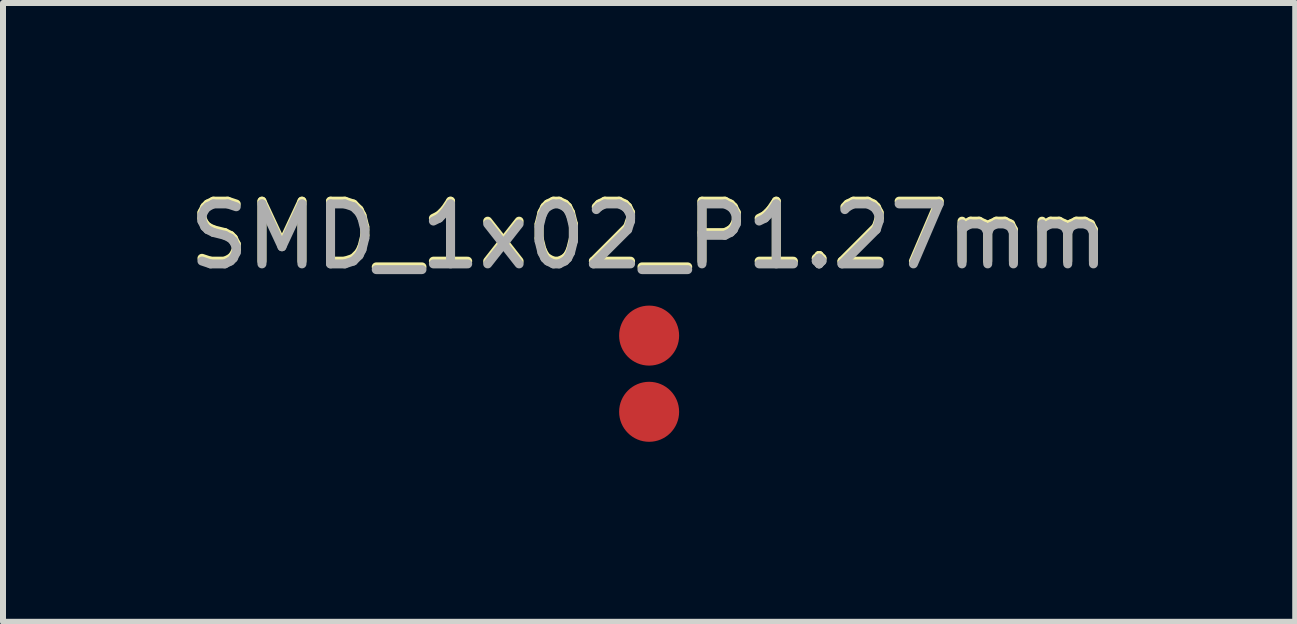
<source format=kicad_pcb>
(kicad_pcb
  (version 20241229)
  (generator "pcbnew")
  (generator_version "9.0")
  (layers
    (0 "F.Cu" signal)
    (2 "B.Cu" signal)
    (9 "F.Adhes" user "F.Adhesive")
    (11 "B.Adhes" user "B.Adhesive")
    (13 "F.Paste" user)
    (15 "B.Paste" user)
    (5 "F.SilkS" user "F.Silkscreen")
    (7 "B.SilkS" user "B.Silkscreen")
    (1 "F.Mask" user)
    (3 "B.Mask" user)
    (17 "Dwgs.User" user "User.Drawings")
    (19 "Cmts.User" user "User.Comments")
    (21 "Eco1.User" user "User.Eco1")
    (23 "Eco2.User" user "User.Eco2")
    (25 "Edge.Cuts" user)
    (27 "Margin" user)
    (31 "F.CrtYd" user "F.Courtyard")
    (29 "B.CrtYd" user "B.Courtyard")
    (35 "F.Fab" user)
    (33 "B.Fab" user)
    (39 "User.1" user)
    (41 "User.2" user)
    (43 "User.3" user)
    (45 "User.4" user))
  (footprint "SMD_1x02_P1.27mm"
    (layer "F.Cu")
    (at 7.768 2.543)
    (property "Reference" "SMD_1x02_P1.27mm" (at 0 -1.695 0) (layer "F.SilkS") (effects (font (size 1 1) (thickness 0.15))))
    (attr through_hole)
    (fp_text user "${REFERENCE}" (at 0 -1.65 180) (layer "F.Fab") (effects (font (size 1 1) (thickness 0.15))))
    (pad "1" smd circle (at 0 0) (size 1 1) (layers "F.Cu" "F.Mask" "F.Paste"))
    (pad "2" smd oval (at 0 1.27) (size 1 1) (layers "F.Cu" "F.Mask" "F.Paste")))
  (gr_rect
    (start -3 -3)
    (end 18.536 7.313)
    (stroke (width 0.1) (type default))
    (fill no)
    (layer "Edge.Cuts")))
</source>
